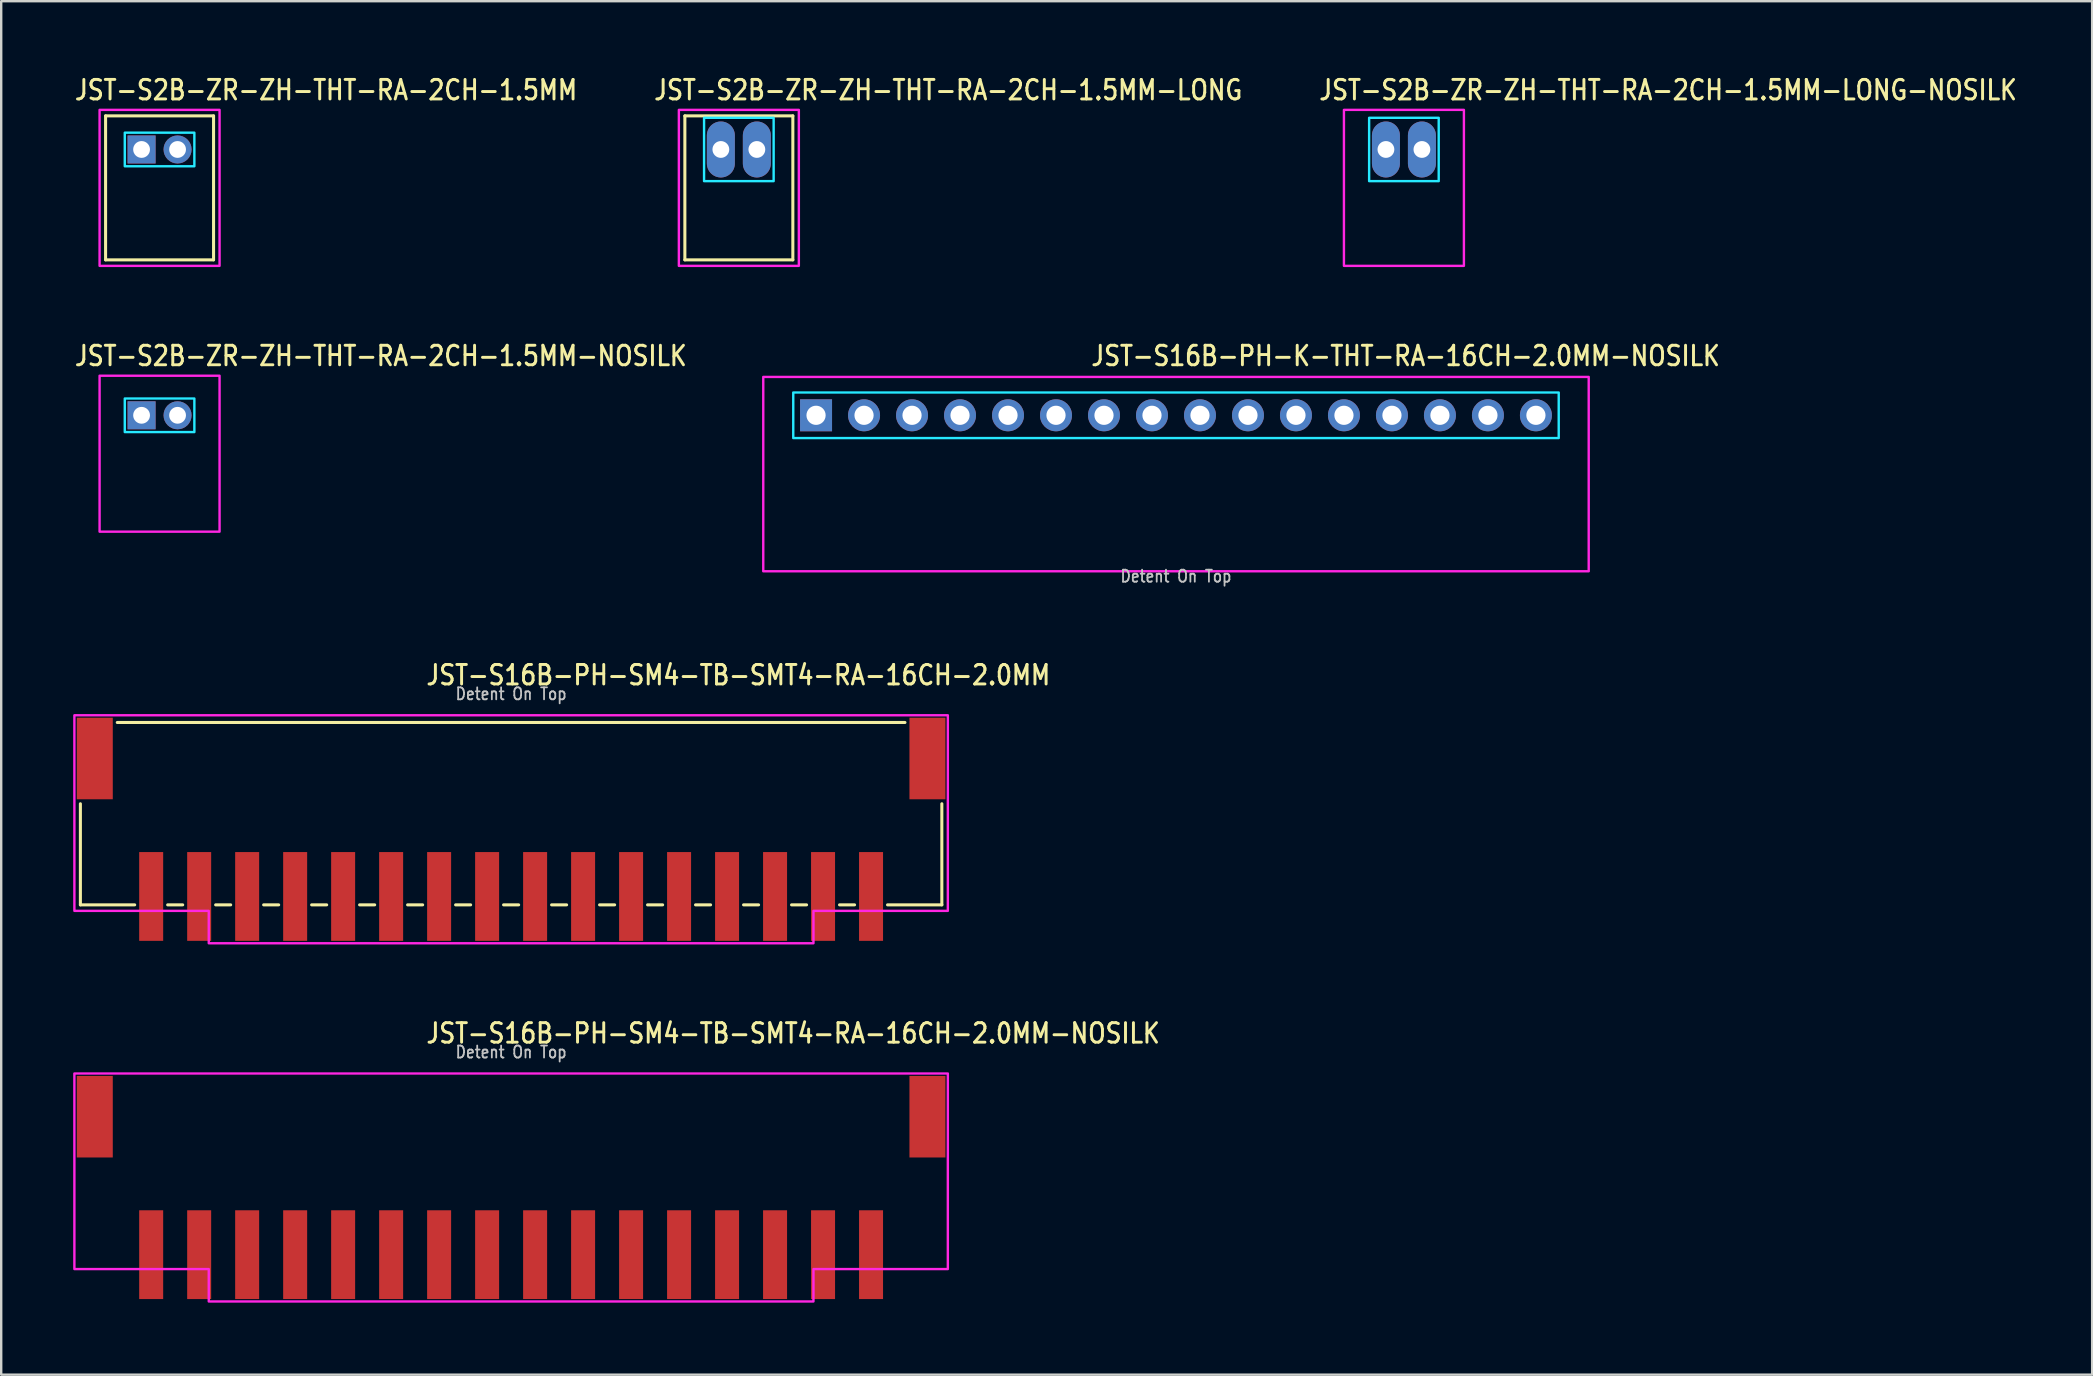
<source format=kicad_pcb>
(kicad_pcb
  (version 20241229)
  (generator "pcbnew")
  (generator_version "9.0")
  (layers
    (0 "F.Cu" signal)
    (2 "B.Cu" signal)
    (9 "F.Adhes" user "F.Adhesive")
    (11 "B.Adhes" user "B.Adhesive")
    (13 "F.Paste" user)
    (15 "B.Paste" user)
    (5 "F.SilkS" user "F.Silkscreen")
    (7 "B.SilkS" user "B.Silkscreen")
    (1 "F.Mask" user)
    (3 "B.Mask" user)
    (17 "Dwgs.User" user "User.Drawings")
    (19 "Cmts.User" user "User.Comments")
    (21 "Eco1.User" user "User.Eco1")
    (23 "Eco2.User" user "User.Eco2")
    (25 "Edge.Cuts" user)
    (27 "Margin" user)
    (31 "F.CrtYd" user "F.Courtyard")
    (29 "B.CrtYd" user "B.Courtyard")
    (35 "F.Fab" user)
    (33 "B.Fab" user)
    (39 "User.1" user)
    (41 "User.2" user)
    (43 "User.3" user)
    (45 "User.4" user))
  (footprint "JST-S16B-PH-SM4-TB-SMT4-RA-16CH-2.0MM-NOSILK"
    (layer "F.Cu")
    (at 18.25 43.487)
    (property "Reference" "JST-S16B-PH-SM4-TB-SMT4-RA-16CH-2.0MM-NOSILK" (at -3.6 -3 0) (unlocked yes) (layer "F.SilkS") (effects (font (size 0.813 0.695) (thickness 0.122)) (justify left bottom)))
    (fp_poly (pts (xy -18.2 -1.8) (xy -18.2 6.35) (xy -12.6 6.35) (xy -12.6 7.7) (xy 12.6 7.7) (xy 12.6 6.35) (xy 18.2 6.35) (xy 18.2 -1.8)) (stroke (width 0.1) (type solid)) (fill no) (layer "F.CrtYd"))
    (fp_text user "Detent On Top" (at 0 -2.4 0) (unlocked yes) (layer "Dwgs.User") (effects (font (size 0.5 0.427) (thickness 0.075)) (justify bottom)))
    (pad "1" smd rect (at 15 5.75) (size 1 3.7) (layers "F.Cu" "F.Mask" "F.Paste"))
    (pad "2" smd rect (at 13 5.75) (size 1 3.7) (layers "F.Cu" "F.Mask" "F.Paste"))
    (pad "3" smd rect (at 11 5.75) (size 1 3.7) (layers "F.Cu" "F.Mask" "F.Paste"))
    (pad "4" smd rect (at 9 5.75) (size 1 3.7) (layers "F.Cu" "F.Mask" "F.Paste"))
    (pad "5" smd rect (at 7 5.75) (size 1 3.7) (layers "F.Cu" "F.Mask" "F.Paste"))
    (pad "6" smd rect (at 5 5.75) (size 1 3.7) (layers "F.Cu" "F.Mask" "F.Paste"))
    (pad "7" smd rect (at 3 5.75) (size 1 3.7) (layers "F.Cu" "F.Mask" "F.Paste"))
    (pad "8" smd rect (at 1 5.75) (size 1 3.7) (layers "F.Cu" "F.Mask" "F.Paste"))
    (pad "9" smd rect (at -1 5.75) (size 1 3.7) (layers "F.Cu" "F.Mask" "F.Paste"))
    (pad "10" smd rect (at -3 5.75) (size 1 3.7) (layers "F.Cu" "F.Mask" "F.Paste"))
    (pad "11" smd rect (at -5 5.75) (size 1 3.7) (layers "F.Cu" "F.Mask" "F.Paste"))
    (pad "12" smd rect (at -7 5.75) (size 1 3.7) (layers "F.Cu" "F.Mask" "F.Paste"))
    (pad "13" smd rect (at -9 5.75) (size 1 3.7) (layers "F.Cu" "F.Mask" "F.Paste"))
    (pad "14" smd rect (at -11 5.75) (size 1 3.7) (layers "F.Cu" "F.Mask" "F.Paste"))
    (pad "15" smd rect (at -13 5.75) (size 1 3.7) (layers "F.Cu" "F.Mask" "F.Paste"))
    (pad "16" smd rect (at -15 5.75) (size 1 3.7) (layers "F.Cu" "F.Mask" "F.Paste"))
    (pad "S_1" smd rect (at -17.35 0) (size 1.5 3.4) (layers "F.Cu" "F.Mask" "F.Paste"))
    (pad "S_2" smd rect (at 17.35 0) (size 1.5 3.4) (layers "F.Cu" "F.Mask" "F.Paste")))
  (footprint "JST-S16B-PH-SM4-TB-SMT4-RA-16CH-2.0MM"
    (layer "F.Cu")
    (at 18.25 28.559)
    (property "Reference" "JST-S16B-PH-SM4-TB-SMT4-RA-16CH-2.0MM" (at -3.6 -3 0) (unlocked yes) (layer "F.SilkS") (effects (font (size 0.813 0.695) (thickness 0.122)) (justify left bottom)))
    (fp_line (start -17.95 6.1) (end -17.95 1.887) (stroke (width 0.127) (type solid)) (layer "F.SilkS"))
    (fp_line (start -17.95 6.1) (end -15.687 6.1) (stroke (width 0.127) (type solid)) (layer "F.SilkS"))
    (fp_line (start -16.413 -1.5) (end 16.413 -1.5) (stroke (width 0.127) (type solid)) (layer "F.SilkS"))
    (fp_line (start -14.313 6.1) (end -13.687 6.1) (stroke (width 0.127) (type solid)) (layer "F.SilkS"))
    (fp_line (start -12.313 6.1) (end -11.687 6.1) (stroke (width 0.127) (type solid)) (layer "F.SilkS"))
    (fp_line (start -10.313 6.1) (end -9.687 6.1) (stroke (width 0.127) (type solid)) (layer "F.SilkS"))
    (fp_line (start -8.313 6.1) (end -7.686 6.1) (stroke (width 0.127) (type solid)) (layer "F.SilkS"))
    (fp_line (start -6.314 6.1) (end -5.686 6.1) (stroke (width 0.127) (type solid)) (layer "F.SilkS"))
    (fp_line (start -4.314 6.1) (end -3.687 6.1) (stroke (width 0.127) (type solid)) (layer "F.SilkS"))
    (fp_line (start -2.313 6.1) (end -1.687 6.1) (stroke (width 0.127) (type solid)) (layer "F.SilkS"))
    (fp_line (start -0.314 6.1) (end 0.314 6.1) (stroke (width 0.127) (type solid)) (layer "F.SilkS"))
    (fp_line (start 1.687 6.1) (end 2.313 6.1) (stroke (width 0.127) (type solid)) (layer "F.SilkS"))
    (fp_line (start 3.687 6.1) (end 4.314 6.1) (stroke (width 0.127) (type solid)) (layer "F.SilkS"))
    (fp_line (start 5.686 6.1) (end 6.314 6.1) (stroke (width 0.127) (type solid)) (layer "F.SilkS"))
    (fp_line (start 7.686 6.1) (end 8.313 6.1) (stroke (width 0.127) (type solid)) (layer "F.SilkS"))
    (fp_line (start 9.687 6.1) (end 10.313 6.1) (stroke (width 0.127) (type solid)) (layer "F.SilkS"))
    (fp_line (start 11.687 6.1) (end 12.313 6.1) (stroke (width 0.127) (type solid)) (layer "F.SilkS"))
    (fp_line (start 13.687 6.1) (end 14.313 6.1) (stroke (width 0.127) (type solid)) (layer "F.SilkS"))
    (fp_line (start 15.687 6.1) (end 17.95 6.1) (stroke (width 0.127) (type solid)) (layer "F.SilkS"))
    (fp_line (start 17.95 1.887) (end 17.95 6.1) (stroke (width 0.127) (type solid)) (layer "F.SilkS"))
    (fp_poly (pts (xy -18.2 -1.8) (xy -18.2 6.35) (xy -12.6 6.35) (xy -12.6 7.7) (xy 12.6 7.7) (xy 12.6 6.35) (xy 18.2 6.35) (xy 18.2 -1.8)) (stroke (width 0.1) (type solid)) (fill no) (layer "F.CrtYd"))
    (fp_text user "Detent On Top" (at 0 -2.4 0) (unlocked yes) (layer "Dwgs.User") (effects (font (size 0.5 0.427) (thickness 0.075)) (justify bottom)))
    (pad "1" smd rect (at 15 5.75) (size 1 3.7) (layers "F.Cu" "F.Mask" "F.Paste"))
    (pad "2" smd rect (at 13 5.75) (size 1 3.7) (layers "F.Cu" "F.Mask" "F.Paste"))
    (pad "3" smd rect (at 11 5.75) (size 1 3.7) (layers "F.Cu" "F.Mask" "F.Paste"))
    (pad "4" smd rect (at 9 5.75) (size 1 3.7) (layers "F.Cu" "F.Mask" "F.Paste"))
    (pad "5" smd rect (at 7 5.75) (size 1 3.7) (layers "F.Cu" "F.Mask" "F.Paste"))
    (pad "6" smd rect (at 5 5.75) (size 1 3.7) (layers "F.Cu" "F.Mask" "F.Paste"))
    (pad "7" smd rect (at 3 5.75) (size 1 3.7) (layers "F.Cu" "F.Mask" "F.Paste"))
    (pad "8" smd rect (at 1 5.75) (size 1 3.7) (layers "F.Cu" "F.Mask" "F.Paste"))
    (pad "9" smd rect (at -1 5.75) (size 1 3.7) (layers "F.Cu" "F.Mask" "F.Paste"))
    (pad "10" smd rect (at -3 5.75) (size 1 3.7) (layers "F.Cu" "F.Mask" "F.Paste"))
    (pad "11" smd rect (at -5 5.75) (size 1 3.7) (layers "F.Cu" "F.Mask" "F.Paste"))
    (pad "12" smd rect (at -7 5.75) (size 1 3.7) (layers "F.Cu" "F.Mask" "F.Paste"))
    (pad "13" smd rect (at -9 5.75) (size 1 3.7) (layers "F.Cu" "F.Mask" "F.Paste"))
    (pad "14" smd rect (at -11 5.75) (size 1 3.7) (layers "F.Cu" "F.Mask" "F.Paste"))
    (pad "15" smd rect (at -13 5.75) (size 1 3.7) (layers "F.Cu" "F.Mask" "F.Paste"))
    (pad "16" smd rect (at -15 5.75) (size 1 3.7) (layers "F.Cu" "F.Mask" "F.Paste"))
    (pad "S_1" smd rect (at -17.35 0) (size 1.5 3.4) (layers "F.Cu" "F.Mask" "F.Paste"))
    (pad "S_2" smd rect (at 17.35 0) (size 1.5 3.4) (layers "F.Cu" "F.Mask" "F.Paste")))
  (footprint "JST-S2B-ZR-ZH-THT-RA-2CH-1.5MM"
    (layer "F.Cu")
    (at 3.6 3.179)
    (property "Reference" "JST-S2B-ZR-ZH-THT-RA-2CH-1.5MM" (at -3.6 -2 0) (unlocked yes) (layer "F.SilkS") (effects (font (size 0.813 0.695) (thickness 0.122)) (justify left bottom)))
    (fp_line (start -2.25 -1.4) (end 2.25 -1.4) (stroke (width 0.127) (type solid)) (layer "F.SilkS"))
    (fp_line (start -2.25 4.6) (end -2.25 -1.4) (stroke (width 0.127) (type solid)) (layer "F.SilkS"))
    (fp_line (start -2.25 4.6) (end 2.25 4.6) (stroke (width 0.127) (type solid)) (layer "F.SilkS"))
    (fp_line (start 2.25 -1.4) (end 2.25 4.6) (stroke (width 0.127) (type solid)) (layer "F.SilkS"))
    (fp_poly (pts (xy -1.45 -0.7) (xy -1.45 0.7) (xy 1.45 0.7) (xy 1.45 -0.7)) (stroke (width 0.1) (type solid)) (fill no) (layer "B.CrtYd"))
    (fp_poly (pts (xy -2.5 -1.65) (xy -2.5 4.85) (xy 2.5 4.85) (xy 2.5 -1.65)) (stroke (width 0.1) (type solid)) (fill no) (layer "F.CrtYd"))
    (pad "1" thru_hole rect (at -0.75 0) (size 1.167 1.167) (drill 0.7) (layers "*.Cu" "*.Mask"))
    (pad "2" thru_hole oval (at 0.75 0) (size 1.167 1.167) (drill 0.7) (layers "*.Cu" "*.Mask")))
  (footprint "JST-S2B-ZR-ZH-THT-RA-2CH-1.5MM-NOSILK"
    (layer "F.Cu")
    (at 3.6 14.257)
    (property "Reference" "JST-S2B-ZR-ZH-THT-RA-2CH-1.5MM-NOSILK" (at -3.6 -2 0) (unlocked yes) (layer "F.SilkS") (effects (font (size 0.813 0.695) (thickness 0.122)) (justify left bottom)))
    (fp_poly (pts (xy -1.45 -0.7) (xy -1.45 0.7) (xy 1.45 0.7) (xy 1.45 -0.7)) (stroke (width 0.1) (type solid)) (fill no) (layer "B.CrtYd"))
    (fp_poly (pts (xy -2.5 -1.65) (xy -2.5 4.85) (xy 2.5 4.85) (xy 2.5 -1.65)) (stroke (width 0.1) (type solid)) (fill no) (layer "F.CrtYd"))
    (pad "1" thru_hole rect (at -0.75 0) (size 1.167 1.167) (drill 0.7) (layers "*.Cu" "*.Mask"))
    (pad "2" thru_hole oval (at 0.75 0) (size 1.167 1.167) (drill 0.7) (layers "*.Cu" "*.Mask")))
  (footprint "JST-S2B-ZR-ZH-THT-RA-2CH-1.5MM-LONG-NOSILK"
    (layer "F.Cu")
    (at 55.457 3.179)
    (property "Reference" "JST-S2B-ZR-ZH-THT-RA-2CH-1.5MM-LONG-NOSILK" (at -3.6 -2 0) (unlocked yes) (layer "F.SilkS") (effects (font (size 0.813 0.695) (thickness 0.122)) (justify left bottom)))
    (fp_poly (pts (xy -1.45 -1.32) (xy -1.45 1.32) (xy 1.45 1.32) (xy 1.45 -1.32)) (stroke (width 0.1) (type solid)) (fill no) (layer "B.CrtYd"))
    (fp_poly (pts (xy -2.5 -1.65) (xy -2.5 4.85) (xy 2.5 4.85) (xy 2.5 -1.65)) (stroke (width 0.1) (type solid)) (fill no) (layer "F.CrtYd"))
    (pad "1" thru_hole oval (at -0.75 0 90) (size 2.333 1.167) (drill 0.7) (layers "*.Cu" "*.Mask"))
    (pad "2" thru_hole oval (at 0.75 0 90) (size 2.333 1.167) (drill 0.7) (layers "*.Cu" "*.Mask")))
  (footprint "JST-S2B-ZR-ZH-THT-RA-2CH-1.5MM-LONG"
    (layer "F.Cu")
    (at 27.741 3.179)
    (property "Reference" "JST-S2B-ZR-ZH-THT-RA-2CH-1.5MM-LONG" (at -3.6 -2 0) (unlocked yes) (layer "F.SilkS") (effects (font (size 0.813 0.695) (thickness 0.122)) (justify left bottom)))
    (fp_line (start -2.25 -1.4) (end 2.25 -1.4) (stroke (width 0.127) (type solid)) (layer "F.SilkS"))
    (fp_line (start -2.25 4.6) (end -2.25 -1.4) (stroke (width 0.127) (type solid)) (layer "F.SilkS"))
    (fp_line (start -2.25 4.6) (end 2.25 4.6) (stroke (width 0.127) (type solid)) (layer "F.SilkS"))
    (fp_line (start 2.25 -1.4) (end 2.25 4.6) (stroke (width 0.127) (type solid)) (layer "F.SilkS"))
    (fp_poly (pts (xy -1.45 -1.32) (xy -1.45 1.32) (xy 1.45 1.32) (xy 1.45 -1.32)) (stroke (width 0.1) (type solid)) (fill no) (layer "B.CrtYd"))
    (fp_poly (pts (xy -2.5 -1.65) (xy -2.5 4.85) (xy 2.5 4.85) (xy 2.5 -1.65)) (stroke (width 0.1) (type solid)) (fill no) (layer "F.CrtYd"))
    (pad "1" thru_hole oval (at -0.75 0 90) (size 2.333 1.167) (drill 0.7) (layers "*.Cu" "*.Mask"))
    (pad "2" thru_hole oval (at 0.75 0 90) (size 2.333 1.167) (drill 0.7) (layers "*.Cu" "*.Mask")))
  (footprint "JST-S16B-PH-K-THT-RA-16CH-2.0MM-NOSILK"
    (layer "F.Cu")
    (at 45.958 14.257)
    (property "Reference" "JST-S16B-PH-K-THT-RA-16CH-2.0MM-NOSILK" (at -3.6 -2 0) (unlocked yes) (layer "F.SilkS") (effects (font (size 0.813 0.695) (thickness 0.122)) (justify left bottom)))
    (fp_poly (pts (xy -15.95 -0.95) (xy -15.95 0.95) (xy 15.95 0.95) (xy 15.95 -0.95)) (stroke (width 0.1) (type solid)) (fill no) (layer "B.CrtYd"))
    (fp_poly (pts (xy -17.2 -1.6) (xy -17.2 6.5) (xy 17.2 6.5) (xy 17.2 -1.6)) (stroke (width 0.1) (type solid)) (fill no) (layer "F.CrtYd"))
    (fp_text user "Detent On Top" (at 0 7 0) (unlocked yes) (layer "Dwgs.User") (effects (font (size 0.5 0.427) (thickness 0.075)) (justify bottom)))
    (pad "1" thru_hole rect (at -15 0) (size 1.333 1.333) (drill 0.8) (layers "*.Cu" "*.Mask"))
    (pad "2" thru_hole oval (at -13 0) (size 1.333 1.333) (drill 0.8) (layers "*.Cu" "*.Mask"))
    (pad "3" thru_hole oval (at -11 0) (size 1.333 1.333) (drill 0.8) (layers "*.Cu" "*.Mask"))
    (pad "4" thru_hole oval (at -9 0) (size 1.333 1.333) (drill 0.8) (layers "*.Cu" "*.Mask"))
    (pad "5" thru_hole oval (at -7 0) (size 1.333 1.333) (drill 0.8) (layers "*.Cu" "*.Mask"))
    (pad "6" thru_hole oval (at -5 0) (size 1.333 1.333) (drill 0.8) (layers "*.Cu" "*.Mask"))
    (pad "7" thru_hole oval (at -3 0) (size 1.333 1.333) (drill 0.8) (layers "*.Cu" "*.Mask"))
    (pad "8" thru_hole oval (at -1 0) (size 1.333 1.333) (drill 0.8) (layers "*.Cu" "*.Mask"))
    (pad "9" thru_hole oval (at 1 0) (size 1.333 1.333) (drill 0.8) (layers "*.Cu" "*.Mask"))
    (pad "10" thru_hole oval (at 3 0) (size 1.333 1.333) (drill 0.8) (layers "*.Cu" "*.Mask"))
    (pad "11" thru_hole oval (at 5 0) (size 1.333 1.333) (drill 0.8) (layers "*.Cu" "*.Mask"))
    (pad "12" thru_hole oval (at 7 0) (size 1.333 1.333) (drill 0.8) (layers "*.Cu" "*.Mask"))
    (pad "13" thru_hole oval (at 9 0) (size 1.333 1.333) (drill 0.8) (layers "*.Cu" "*.Mask"))
    (pad "14" thru_hole oval (at 11 0) (size 1.333 1.333) (drill 0.8) (layers "*.Cu" "*.Mask"))
    (pad "15" thru_hole oval (at 13 0) (size 1.333 1.333) (drill 0.8) (layers "*.Cu" "*.Mask"))
    (pad "16" thru_hole oval (at 15 0) (size 1.333 1.333) (drill 0.8) (layers "*.Cu" "*.Mask")))
  (gr_rect
    (start -3 -3)
    (end 84.139 54.237)
    (stroke (width 0.1) (type default))
    (fill no)
    (layer "Edge.Cuts")))
</source>
